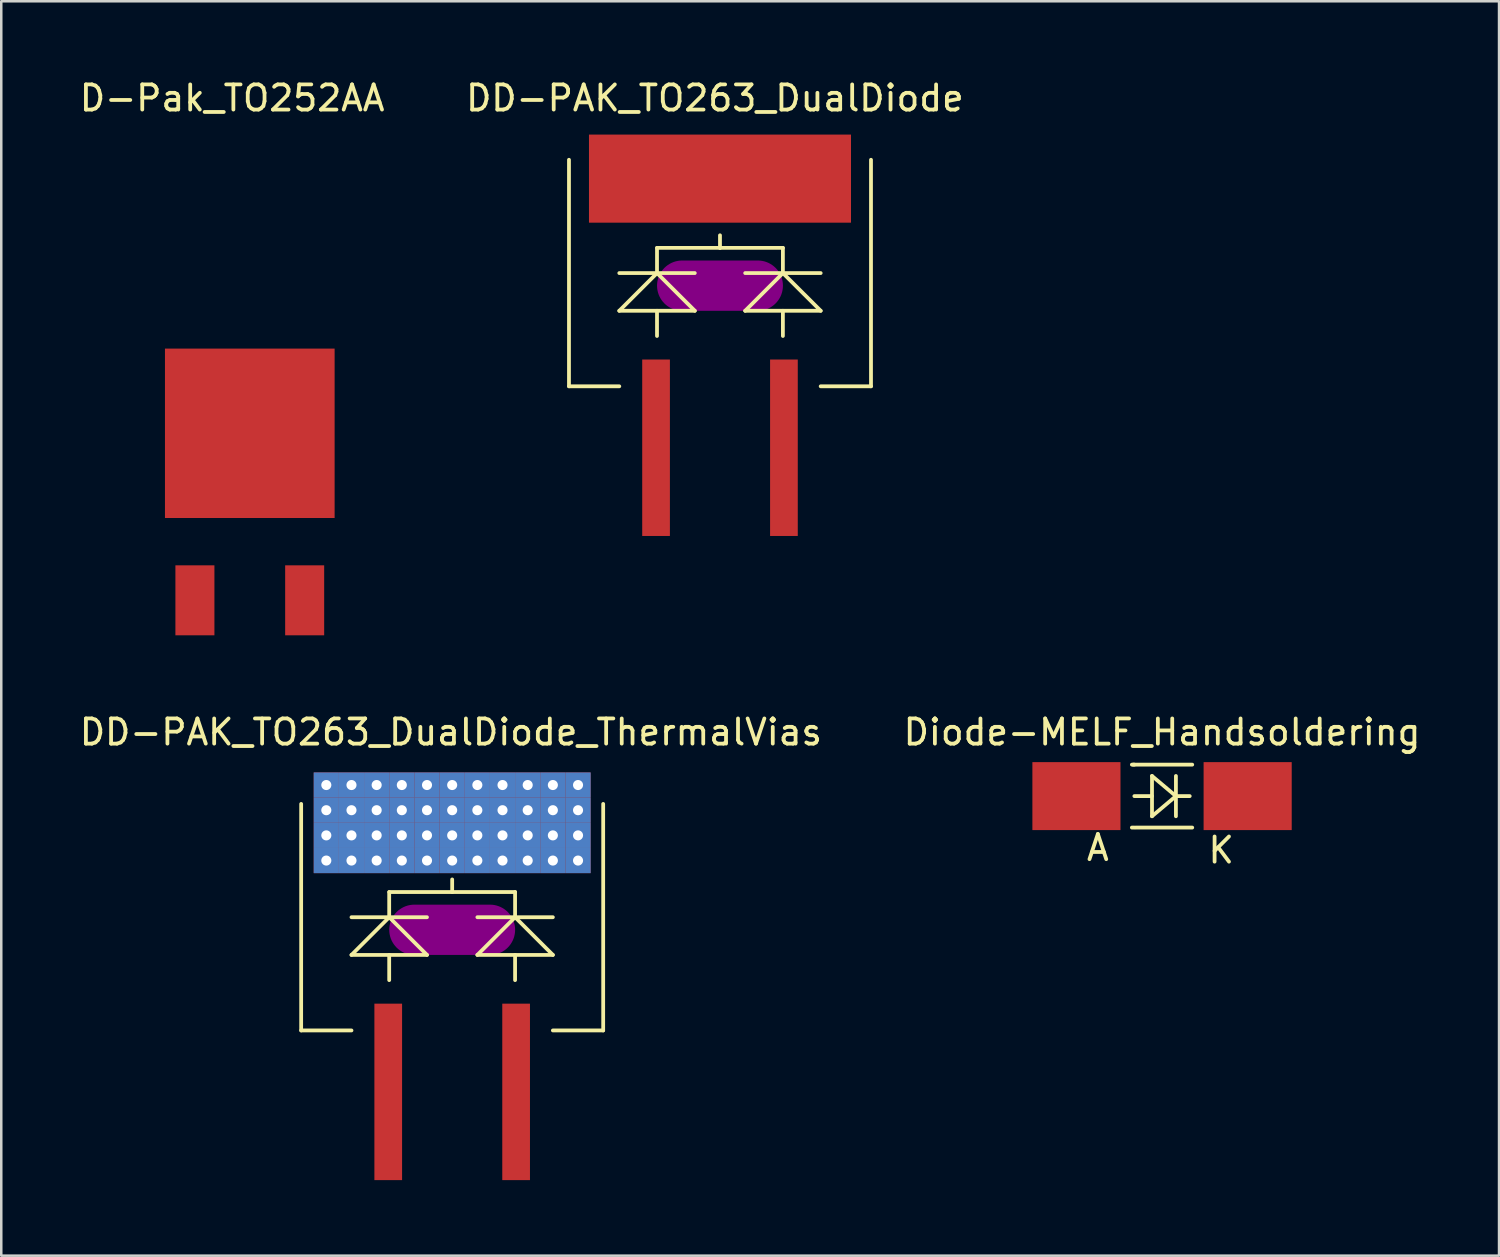
<source format=kicad_pcb>
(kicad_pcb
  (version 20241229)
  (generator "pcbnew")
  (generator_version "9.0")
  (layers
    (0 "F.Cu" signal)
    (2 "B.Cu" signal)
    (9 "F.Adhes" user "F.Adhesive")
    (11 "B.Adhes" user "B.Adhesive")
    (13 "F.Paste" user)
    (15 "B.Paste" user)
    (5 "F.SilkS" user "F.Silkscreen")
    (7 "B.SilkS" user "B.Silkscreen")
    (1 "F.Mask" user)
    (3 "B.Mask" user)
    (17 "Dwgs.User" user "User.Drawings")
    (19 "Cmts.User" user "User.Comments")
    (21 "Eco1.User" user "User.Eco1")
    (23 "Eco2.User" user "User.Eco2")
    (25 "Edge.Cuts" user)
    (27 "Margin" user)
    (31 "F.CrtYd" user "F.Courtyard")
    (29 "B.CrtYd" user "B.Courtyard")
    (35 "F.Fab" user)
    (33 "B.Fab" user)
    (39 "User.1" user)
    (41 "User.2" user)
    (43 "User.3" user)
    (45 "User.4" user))
  (footprint "D-Pak_TO252AA"
    (layer "F.Cu")
    (at 6.873 16.498)
    (property "Reference" "D-Pak_TO252AA" (at -0.7 -15.65 0) (layer "F.SilkS") (effects (font (size 1 1) (thickness 0.15))))
    (attr through_hole)
    (pad "1" smd rect (at -2.18 4.3) (size 1.55 2.78) (layers "F.Cu" "F.Mask" "F.Paste"))
    (pad "3" smd rect (at 2.18 4.3) (size 1.55 2.78) (layers "F.Cu" "F.Mask" "F.Paste"))
    (pad "4" smd rect (at 0 -2.335) (size 6.74 6.73) (layers "F.Cu" "F.Mask" "F.Paste")))
  (footprint "DD-PAK_TO263_DualDiode"
    (layer "F.Cu")
    (at 25.552 10.297)
    (property "Reference" "DD-PAK_TO263_DualDiode" (at -0.201 -9.449 0) (layer "F.SilkS") (effects (font (size 1 1) (thickness 0.15))))
    (attr smd)
    (fp_line (start -5.999 -7) (end -5.999 1.999) (stroke (width 0.15) (type solid)) (layer "F.SilkS"))
    (fp_line (start -5.999 1.999) (end -4 1.999) (stroke (width 0.15) (type solid)) (layer "F.SilkS"))
    (fp_line (start -4 -2.499) (end -1.001 -2.499) (stroke (width 0.15) (type solid)) (layer "F.SilkS"))
    (fp_line (start -4 -1.001) (end -1.001 -1.001) (stroke (width 0.15) (type solid)) (layer "F.SilkS"))
    (fp_line (start -2.502 -2.499) (end -4 -1.001) (stroke (width 0.15) (type solid)) (layer "F.SilkS"))
    (fp_line (start -2.502 -2.499) (end -2.502 -3.5) (stroke (width 0.15) (type solid)) (layer "F.SilkS"))
    (fp_line (start -2.502 -1.001) (end -2.502 0) (stroke (width 0.15) (type solid)) (layer "F.SilkS"))
    (fp_line (start -2.499 -3.5) (end 0 -3.5) (stroke (width 0.15) (type solid)) (layer "F.SilkS"))
    (fp_line (start -1.001 -1.001) (end -2.502 -2.499) (stroke (width 0.15) (type solid)) (layer "F.SilkS"))
    (fp_line (start 0 -3.5) (end 0 -4) (stroke (width 0.15) (type solid)) (layer "F.SilkS"))
    (fp_line (start 1.001 -2.499) (end 4 -2.499) (stroke (width 0.15) (type solid)) (layer "F.SilkS"))
    (fp_line (start 1.001 -1.001) (end 4 -1.001) (stroke (width 0.15) (type solid)) (layer "F.SilkS"))
    (fp_line (start 2.499 -3.5) (end 0 -3.5) (stroke (width 0.15) (type solid)) (layer "F.SilkS"))
    (fp_line (start 2.499 -2.499) (end 1.001 -1.001) (stroke (width 0.15) (type solid)) (layer "F.SilkS"))
    (fp_line (start 2.499 -2.499) (end 2.499 -3.5) (stroke (width 0.15) (type solid)) (layer "F.SilkS"))
    (fp_line (start 2.499 -1.001) (end 2.499 0) (stroke (width 0.15) (type solid)) (layer "F.SilkS"))
    (fp_line (start 4 -1.001) (end 2.499 -2.499) (stroke (width 0.15) (type solid)) (layer "F.SilkS"))
    (fp_line (start 4 1.999) (end 5.999 1.999) (stroke (width 0.15) (type solid)) (layer "F.SilkS"))
    (fp_line (start 5.999 1.999) (end 5.999 -7) (stroke (width 0.15) (type solid)) (layer "F.SilkS"))
    (pad "" smd oval (at 0 -1.999) (size 5.001 1.999) (layers "F.Adhes"))
    (pad "1" smd rect (at -2.54 4.44) (size 1.1 7.01) (layers "F.Cu" "F.Mask" "F.Paste"))
    (pad "2" smd rect (at 0 -6.251) (size 10.409 3.5) (layers "F.Cu" "F.Mask" "F.Paste"))
    (pad "3" smd rect (at 2.54 4.44) (size 1.1 7.01) (layers "F.Cu" "F.Mask" "F.Paste")))
  (footprint "DD-PAK_TO263_DualDiode_ThermalVias"
    (layer "F.Cu")
    (at 14.913 35.886)
    (property "Reference" "DD-PAK_TO263_DualDiode_ThermalVias" (at -0.05 -9.85 0) (layer "F.SilkS") (effects (font (size 1 1) (thickness 0.15))))
    (attr smd)
    (fp_line (start -5.5 -8.25) (end 5.5 -8.25) (stroke (width 0.45) (type solid)) (layer "F.Mask"))
    (fp_line (start -5.5 -4.25) (end -5.5 -8.25) (stroke (width 0.45) (type solid)) (layer "F.Mask"))
    (fp_line (start -5.25 -7.25) (end 5.25 -7.25) (stroke (width 0.45) (type solid)) (layer "F.Mask"))
    (fp_line (start -5.25 -6.25) (end 5.25 -6.25) (stroke (width 0.45) (type solid)) (layer "F.Mask"))
    (fp_line (start -5.25 -5.25) (end 5.25 -5.25) (stroke (width 0.45) (type solid)) (layer "F.Mask"))
    (fp_line (start -4.5 -8.05) (end -4.5 -4.5) (stroke (width 0.45) (type solid)) (layer "F.Mask"))
    (fp_line (start -3.5 -8.05) (end -3.5 -4.5) (stroke (width 0.45) (type solid)) (layer "F.Mask"))
    (fp_line (start -2.5 -8.05) (end -2.5 -4.5) (stroke (width 0.45) (type solid)) (layer "F.Mask"))
    (fp_line (start -1.5 -8.05) (end -1.5 -4.5) (stroke (width 0.45) (type solid)) (layer "F.Mask"))
    (fp_line (start -0.5 -8.05) (end -0.5 -4.5) (stroke (width 0.45) (type solid)) (layer "F.Mask"))
    (fp_line (start 0.5 -8.05) (end 0.5 -4.5) (stroke (width 0.45) (type solid)) (layer "F.Mask"))
    (fp_line (start 1.5 -8.05) (end 1.5 -4.5) (stroke (width 0.45) (type solid)) (layer "F.Mask"))
    (fp_line (start 2.5 -8.05) (end 2.5 -4.5) (stroke (width 0.45) (type solid)) (layer "F.Mask"))
    (fp_line (start 3.5 -8.05) (end 3.5 -4.5) (stroke (width 0.45) (type solid)) (layer "F.Mask"))
    (fp_line (start 4.5 -8.05) (end 4.5 -4.5) (stroke (width 0.45) (type solid)) (layer "F.Mask"))
    (fp_line (start 5.5 -8.25) (end 5.5 -4.25) (stroke (width 0.45) (type solid)) (layer "F.Mask"))
    (fp_line (start 5.5 -4.25) (end -5.5 -4.25) (stroke (width 0.45) (type solid)) (layer "F.Mask"))
    (fp_circle (center -5 -7.75) (end -4.9 -7.75) (stroke (width 0.215) (type solid)) (fill no) (layer "F.Mask"))
    (fp_circle (center -5 -6.75) (end -4.9 -6.75) (stroke (width 0.215) (type solid)) (fill no) (layer "F.Mask"))
    (fp_circle (center -5 -5.75) (end -4.9 -5.75) (stroke (width 0.215) (type solid)) (fill no) (layer "F.Mask"))
    (fp_circle (center -5 -4.75) (end -4.9 -4.75) (stroke (width 0.215) (type solid)) (fill no) (layer "F.Mask"))
    (fp_circle (center -4 -7.75) (end -3.9 -7.75) (stroke (width 0.215) (type solid)) (fill no) (layer "F.Mask"))
    (fp_circle (center -4 -6.75) (end -3.9 -6.75) (stroke (width 0.215) (type solid)) (fill no) (layer "F.Mask"))
    (fp_circle (center -4 -5.75) (end -3.9 -5.75) (stroke (width 0.215) (type solid)) (fill no) (layer "F.Mask"))
    (fp_circle (center -4 -4.75) (end -3.9 -4.75) (stroke (width 0.215) (type solid)) (fill no) (layer "F.Mask"))
    (fp_circle (center -3 -7.75) (end -2.9 -7.75) (stroke (width 0.215) (type solid)) (fill no) (layer "F.Mask"))
    (fp_circle (center -3 -6.75) (end -2.9 -6.75) (stroke (width 0.215) (type solid)) (fill no) (layer "F.Mask"))
    (fp_circle (center -3 -5.75) (end -2.9 -5.75) (stroke (width 0.215) (type solid)) (fill no) (layer "F.Mask"))
    (fp_circle (center -3 -4.75) (end -2.9 -4.75) (stroke (width 0.215) (type solid)) (fill no) (layer "F.Mask"))
    (fp_circle (center -2 -7.75) (end -1.9 -7.75) (stroke (width 0.215) (type solid)) (fill no) (layer "F.Mask"))
    (fp_circle (center -2 -6.75) (end -1.9 -6.75) (stroke (width 0.215) (type solid)) (fill no) (layer "F.Mask"))
    (fp_circle (center -2 -5.75) (end -1.9 -5.75) (stroke (width 0.215) (type solid)) (fill no) (layer "F.Mask"))
    (fp_circle (center -2 -4.75) (end -1.9 -4.75) (stroke (width 0.215) (type solid)) (fill no) (layer "F.Mask"))
    (fp_circle (center -1 -7.75) (end -0.9 -7.75) (stroke (width 0.215) (type solid)) (fill no) (layer "F.Mask"))
    (fp_circle (center -1 -6.75) (end -0.9 -6.75) (stroke (width 0.215) (type solid)) (fill no) (layer "F.Mask"))
    (fp_circle (center -1 -5.75) (end -0.9 -5.75) (stroke (width 0.215) (type solid)) (fill no) (layer "F.Mask"))
    (fp_circle (center -1 -4.75) (end -0.9 -4.75) (stroke (width 0.215) (type solid)) (fill no) (layer "F.Mask"))
    (fp_circle (center 0 -7.75) (end 0.1 -7.75) (stroke (width 0.215) (type solid)) (fill no) (layer "F.Mask"))
    (fp_circle (center 0 -6.75) (end 0.1 -6.75) (stroke (width 0.215) (type solid)) (fill no) (layer "F.Mask"))
    (fp_circle (center 0 -5.75) (end 0.1 -5.75) (stroke (width 0.215) (type solid)) (fill no) (layer "F.Mask"))
    (fp_circle (center 0 -4.75) (end 0.1 -4.75) (stroke (width 0.215) (type solid)) (fill no) (layer "F.Mask"))
    (fp_circle (center 1 -7.75) (end 1.1 -7.75) (stroke (width 0.215) (type solid)) (fill no) (layer "F.Mask"))
    (fp_circle (center 1 -6.75) (end 1.1 -6.75) (stroke (width 0.215) (type solid)) (fill no) (layer "F.Mask"))
    (fp_circle (center 1 -5.75) (end 1.1 -5.75) (stroke (width 0.215) (type solid)) (fill no) (layer "F.Mask"))
    (fp_circle (center 1 -4.75) (end 1.1 -4.75) (stroke (width 0.215) (type solid)) (fill no) (layer "F.Mask"))
    (fp_circle (center 2 -7.75) (end 2.1 -7.75) (stroke (width 0.215) (type solid)) (fill no) (layer "F.Mask"))
    (fp_circle (center 2 -6.75) (end 2.1 -6.75) (stroke (width 0.215) (type solid)) (fill no) (layer "F.Mask"))
    (fp_circle (center 2 -5.75) (end 2.1 -5.75) (stroke (width 0.215) (type solid)) (fill no) (layer "F.Mask"))
    (fp_circle (center 2 -4.75) (end 2.1 -4.75) (stroke (width 0.215) (type solid)) (fill no) (layer "F.Mask"))
    (fp_circle (center 3 -7.75) (end 3.1 -7.75) (stroke (width 0.215) (type solid)) (fill no) (layer "F.Mask"))
    (fp_circle (center 3 -6.75) (end 3.1 -6.75) (stroke (width 0.215) (type solid)) (fill no) (layer "F.Mask"))
    (fp_circle (center 3 -5.75) (end 3.1 -5.75) (stroke (width 0.215) (type solid)) (fill no) (layer "F.Mask"))
    (fp_circle (center 3 -4.75) (end 3.1 -4.75) (stroke (width 0.215) (type solid)) (fill no) (layer "F.Mask"))
    (fp_circle (center 4 -7.75) (end 4.1 -7.75) (stroke (width 0.215) (type solid)) (fill no) (layer "F.Mask"))
    (fp_circle (center 4 -6.75) (end 4.1 -6.75) (stroke (width 0.215) (type solid)) (fill no) (layer "F.Mask"))
    (fp_circle (center 4 -5.75) (end 4.1 -5.75) (stroke (width 0.215) (type solid)) (fill no) (layer "F.Mask"))
    (fp_circle (center 4 -4.75) (end 4.1 -4.75) (stroke (width 0.215) (type solid)) (fill no) (layer "F.Mask"))
    (fp_circle (center 5 -7.75) (end 5.1 -7.75) (stroke (width 0.215) (type solid)) (fill no) (layer "F.Mask"))
    (fp_circle (center 5 -6.75) (end 5.1 -6.75) (stroke (width 0.215) (type solid)) (fill no) (layer "F.Mask"))
    (fp_circle (center 5 -5.75) (end 5.1 -5.75) (stroke (width 0.215) (type solid)) (fill no) (layer "F.Mask"))
    (fp_circle (center 5 -4.75) (end 5.1 -4.75) (stroke (width 0.215) (type solid)) (fill no) (layer "F.Mask"))
    (fp_line (start -5.999 -7) (end -5.999 1.999) (stroke (width 0.15) (type solid)) (layer "F.SilkS"))
    (fp_line (start -5.999 1.999) (end -4 1.999) (stroke (width 0.15) (type solid)) (layer "F.SilkS"))
    (fp_line (start -4 -2.499) (end -1.001 -2.499) (stroke (width 0.15) (type solid)) (layer "F.SilkS"))
    (fp_line (start -4 -1.001) (end -1.001 -1.001) (stroke (width 0.15) (type solid)) (layer "F.SilkS"))
    (fp_line (start -2.502 -2.499) (end -4 -1.001) (stroke (width 0.15) (type solid)) (layer "F.SilkS"))
    (fp_line (start -2.502 -2.499) (end -2.502 -3.5) (stroke (width 0.15) (type solid)) (layer "F.SilkS"))
    (fp_line (start -2.502 -1.001) (end -2.502 0) (stroke (width 0.15) (type solid)) (layer "F.SilkS"))
    (fp_line (start -2.499 -3.5) (end 0 -3.5) (stroke (width 0.15) (type solid)) (layer "F.SilkS"))
    (fp_line (start -1.001 -1.001) (end -2.502 -2.499) (stroke (width 0.15) (type solid)) (layer "F.SilkS"))
    (fp_line (start 0 -3.5) (end 0 -4) (stroke (width 0.15) (type solid)) (layer "F.SilkS"))
    (fp_line (start 1.001 -2.499) (end 4 -2.499) (stroke (width 0.15) (type solid)) (layer "F.SilkS"))
    (fp_line (start 1.001 -1.001) (end 4 -1.001) (stroke (width 0.15) (type solid)) (layer "F.SilkS"))
    (fp_line (start 2.499 -3.5) (end 0 -3.5) (stroke (width 0.15) (type solid)) (layer "F.SilkS"))
    (fp_line (start 2.499 -2.499) (end 1.001 -1.001) (stroke (width 0.15) (type solid)) (layer "F.SilkS"))
    (fp_line (start 2.499 -2.499) (end 2.499 -3.5) (stroke (width 0.15) (type solid)) (layer "F.SilkS"))
    (fp_line (start 2.499 -1.001) (end 2.499 0) (stroke (width 0.15) (type solid)) (layer "F.SilkS"))
    (fp_line (start 4 -1.001) (end 2.499 -2.499) (stroke (width 0.15) (type solid)) (layer "F.SilkS"))
    (fp_line (start 4 1.999) (end 5.999 1.999) (stroke (width 0.15) (type solid)) (layer "F.SilkS"))
    (fp_line (start 5.999 1.999) (end 5.999 -7) (stroke (width 0.15) (type solid)) (layer "F.SilkS"))
    (fp_line (start -5.25 -7.25) (end 5.25 -7.25) (stroke (width 0.45) (type solid)) (layer "F.Paste"))
    (fp_line (start -5.25 -6.25) (end 5.25 -6.25) (stroke (width 0.45) (type solid)) (layer "F.Paste"))
    (fp_line (start -5.25 -5.25) (end 5.25 -5.25) (stroke (width 0.45) (type solid)) (layer "F.Paste"))
    (fp_line (start -4.5 -8.05) (end -4.5 -4.5) (stroke (width 0.45) (type solid)) (layer "F.Paste"))
    (fp_line (start -3.5 -8.05) (end -3.5 -4.5) (stroke (width 0.45) (type solid)) (layer "F.Paste"))
    (fp_line (start -2.5 -8.05) (end -2.5 -4.5) (stroke (width 0.45) (type solid)) (layer "F.Paste"))
    (fp_line (start -1.5 -8.05) (end -1.5 -4.5) (stroke (width 0.45) (type solid)) (layer "F.Paste"))
    (fp_line (start -0.5 -8.05) (end -0.5 -4.5) (stroke (width 0.45) (type solid)) (layer "F.Paste"))
    (fp_line (start 0.5 -8.05) (end 0.5 -4.5) (stroke (width 0.45) (type solid)) (layer "F.Paste"))
    (fp_line (start 1.5 -8.05) (end 1.5 -4.5) (stroke (width 0.45) (type solid)) (layer "F.Paste"))
    (fp_line (start 2.5 -8.05) (end 2.5 -4.5) (stroke (width 0.45) (type solid)) (layer "F.Paste"))
    (fp_line (start 3.5 -8.05) (end 3.5 -4.5) (stroke (width 0.45) (type solid)) (layer "F.Paste"))
    (fp_line (start 4.5 -8.05) (end 4.5 -4.5) (stroke (width 0.45) (type solid)) (layer "F.Paste"))
    (pad "" smd oval (at 0 -1.999) (size 5.001 1.999) (layers "F.Adhes"))
    (pad "1" smd rect (at -2.54 4.44) (size 1.1 7.01) (layers "F.Cu" "F.Mask" "F.Paste"))
    (pad "2" thru_hole rect (at -5 -7.75) (size 1 1) (drill 0.4) (layers "*.Cu" "B.Mask"))
    (pad "2" thru_hole rect (at -5 -6.75) (size 1 1) (drill 0.4) (layers "*.Cu" "B.Mask"))
    (pad "2" thru_hole rect (at -5 -5.75) (size 1 1) (drill 0.4) (layers "*.Cu" "B.Mask"))
    (pad "2" thru_hole rect (at -5 -4.75) (size 1 1) (drill 0.4) (layers "*.Cu" "B.Mask"))
    (pad "2" thru_hole rect (at -4 -7.75) (size 1 1) (drill 0.4) (layers "*.Cu" "B.Mask"))
    (pad "2" thru_hole rect (at -4 -6.75) (size 1 1) (drill 0.4) (layers "*.Cu" "B.Mask"))
    (pad "2" thru_hole rect (at -4 -5.75) (size 1 1) (drill 0.4) (layers "*.Cu" "B.Mask"))
    (pad "2" thru_hole rect (at -4 -4.75) (size 1 1) (drill 0.4) (layers "*.Cu" "B.Mask"))
    (pad "2" thru_hole rect (at -3 -7.75) (size 1 1) (drill 0.4) (layers "*.Cu" "B.Mask"))
    (pad "2" thru_hole rect (at -3 -6.75) (size 1 1) (drill 0.4) (layers "*.Cu" "B.Mask"))
    (pad "2" thru_hole rect (at -3 -5.75) (size 1 1) (drill 0.4) (layers "*.Cu" "B.Mask"))
    (pad "2" thru_hole rect (at -3 -4.75) (size 1 1) (drill 0.4) (layers "*.Cu" "B.Mask"))
    (pad "2" thru_hole rect (at -2 -7.75) (size 1 1) (drill 0.4) (layers "*.Cu" "B.Mask"))
    (pad "2" thru_hole rect (at -2 -6.75) (size 1 1) (drill 0.4) (layers "*.Cu" "B.Mask"))
    (pad "2" thru_hole rect (at -2 -5.75) (size 1 1) (drill 0.4) (layers "*.Cu" "B.Mask"))
    (pad "2" thru_hole rect (at -2 -4.75) (size 1 1) (drill 0.4) (layers "*.Cu" "B.Mask"))
    (pad "2" thru_hole rect (at -1 -7.75) (size 1 1) (drill 0.4) (layers "*.Cu" "B.Mask"))
    (pad "2" thru_hole rect (at -1 -6.75) (size 1 1) (drill 0.4) (layers "*.Cu" "B.Mask"))
    (pad "2" thru_hole rect (at -1 -5.75) (size 1 1) (drill 0.4) (layers "*.Cu" "B.Mask"))
    (pad "2" thru_hole rect (at -1 -4.75) (size 1 1) (drill 0.4) (layers "*.Cu" "B.Mask"))
    (pad "2" thru_hole rect (at 0 -7.75) (size 1 1) (drill 0.4) (layers "*.Cu" "B.Mask"))
    (pad "2" thru_hole rect (at 0 -6.75) (size 1 1) (drill 0.4) (layers "*.Cu" "B.Mask"))
    (pad "2" thru_hole rect (at 0 -5.75) (size 1 1) (drill 0.4) (layers "*.Cu" "B.Mask"))
    (pad "2" thru_hole rect (at 0 -4.75) (size 1 1) (drill 0.4) (layers "*.Cu" "B.Mask"))
    (pad "2" thru_hole rect (at 1 -7.75) (size 1 1) (drill 0.4) (layers "*.Cu" "B.Mask"))
    (pad "2" thru_hole rect (at 1 -6.75) (size 1 1) (drill 0.4) (layers "*.Cu" "B.Mask"))
    (pad "2" thru_hole rect (at 1 -5.75) (size 1 1) (drill 0.4) (layers "*.Cu" "B.Mask"))
    (pad "2" thru_hole rect (at 1 -4.75) (size 1 1) (drill 0.4) (layers "*.Cu" "B.Mask"))
    (pad "2" thru_hole rect (at 2 -7.75) (size 1 1) (drill 0.4) (layers "*.Cu" "B.Mask"))
    (pad "2" thru_hole rect (at 2 -6.75) (size 1 1) (drill 0.4) (layers "*.Cu" "B.Mask"))
    (pad "2" thru_hole rect (at 2 -5.75) (size 1 1) (drill 0.4) (layers "*.Cu" "B.Mask"))
    (pad "2" thru_hole rect (at 2 -4.75) (size 1 1) (drill 0.4) (layers "*.Cu" "B.Mask"))
    (pad "2" thru_hole rect (at 3 -7.75) (size 1 1) (drill 0.4) (layers "*.Cu" "B.Mask"))
    (pad "2" thru_hole rect (at 3 -6.75) (size 1 1) (drill 0.4) (layers "*.Cu" "B.Mask"))
    (pad "2" thru_hole rect (at 3 -5.75) (size 1 1) (drill 0.4) (layers "*.Cu" "B.Mask"))
    (pad "2" thru_hole rect (at 3 -4.75) (size 1 1) (drill 0.4) (layers "*.Cu" "B.Mask"))
    (pad "2" thru_hole rect (at 4 -7.75) (size 1 1) (drill 0.4) (layers "*.Cu" "B.Mask"))
    (pad "2" thru_hole rect (at 4 -6.75) (size 1 1) (drill 0.4) (layers "*.Cu" "B.Mask"))
    (pad "2" thru_hole rect (at 4 -5.75) (size 1 1) (drill 0.4) (layers "*.Cu" "B.Mask"))
    (pad "2" thru_hole rect (at 4 -4.75) (size 1 1) (drill 0.4) (layers "*.Cu" "B.Mask"))
    (pad "2" thru_hole rect (at 5 -7.75) (size 1 1) (drill 0.4) (layers "*.Cu" "B.Mask"))
    (pad "2" thru_hole rect (at 5 -6.75) (size 1 1) (drill 0.4) (layers "*.Cu" "B.Mask"))
    (pad "2" thru_hole rect (at 5 -5.75) (size 1 1) (drill 0.4) (layers "*.Cu" "B.Mask"))
    (pad "2" thru_hole rect (at 5 -4.75) (size 1 1) (drill 0.4) (layers "*.Cu" "B.Mask"))
    (pad "3" smd rect (at 2.54 4.44) (size 1.1 7.01) (layers "F.Cu" "F.Mask" "F.Paste")))
  (footprint "Diode-MELF_Handsoldering"
    (layer "F.Cu")
    (at 43.113 28.576)
    (property "Reference" "Diode-MELF_Handsoldering" (at 0 -2.54 0) (layer "F.SilkS") (effects (font (size 1 1) (thickness 0.15))))
    (attr smd)
    (fp_line (start -1.1 -1.25) (end -1.199 -1.25) (stroke (width 0.15) (type solid)) (layer "F.SilkS"))
    (fp_line (start -1.1 1.25) (end -1.199 1.25) (stroke (width 0.15) (type solid)) (layer "F.SilkS"))
    (fp_line (start -0.399 -0.8) (end -0.399 0.8) (stroke (width 0.15) (type solid)) (layer "F.SilkS"))
    (fp_line (start -0.399 0) (end -1.1 0) (stroke (width 0.15) (type solid)) (layer "F.SilkS"))
    (fp_line (start -0.399 0.8) (end 0.551 0) (stroke (width 0.15) (type solid)) (layer "F.SilkS"))
    (fp_line (start 0.551 0) (end -0.399 -0.8) (stroke (width 0.15) (type solid)) (layer "F.SilkS"))
    (fp_line (start 0.551 0) (end 0.551 -0.8) (stroke (width 0.15) (type solid)) (layer "F.SilkS"))
    (fp_line (start 0.551 0) (end 0.551 0.8) (stroke (width 0.15) (type solid)) (layer "F.SilkS"))
    (fp_line (start 0.551 0) (end 1.1 0) (stroke (width 0.15) (type solid)) (layer "F.SilkS"))
    (fp_line (start 1.199 -1.25) (end -1.151 -1.25) (stroke (width 0.15) (type solid)) (layer "F.SilkS"))
    (fp_line (start 1.199 1.25) (end -1.049 1.25) (stroke (width 0.15) (type solid)) (layer "F.SilkS"))
    (fp_text user "A" (at -2.55 2.05 0) (layer "F.SilkS") (effects (font (size 1 1) (thickness 0.15))))
    (fp_text user "K" (at 2.349 2.149 0) (layer "F.SilkS") (effects (font (size 1 1) (thickness 0.15))))
    (pad "1" smd rect (at -3.401 0) (size 3.5 2.7) (layers "F.Cu" "F.Mask" "F.Paste"))
    (pad "2" smd rect (at 3.401 0) (size 3.5 2.7) (layers "F.Cu" "F.Mask" "F.Paste")))
  (gr_rect
    (start -3 -3)
    (end 56.5 46.832)
    (stroke (width 0.1) (type default))
    (fill no)
    (layer "Edge.Cuts")))
</source>
